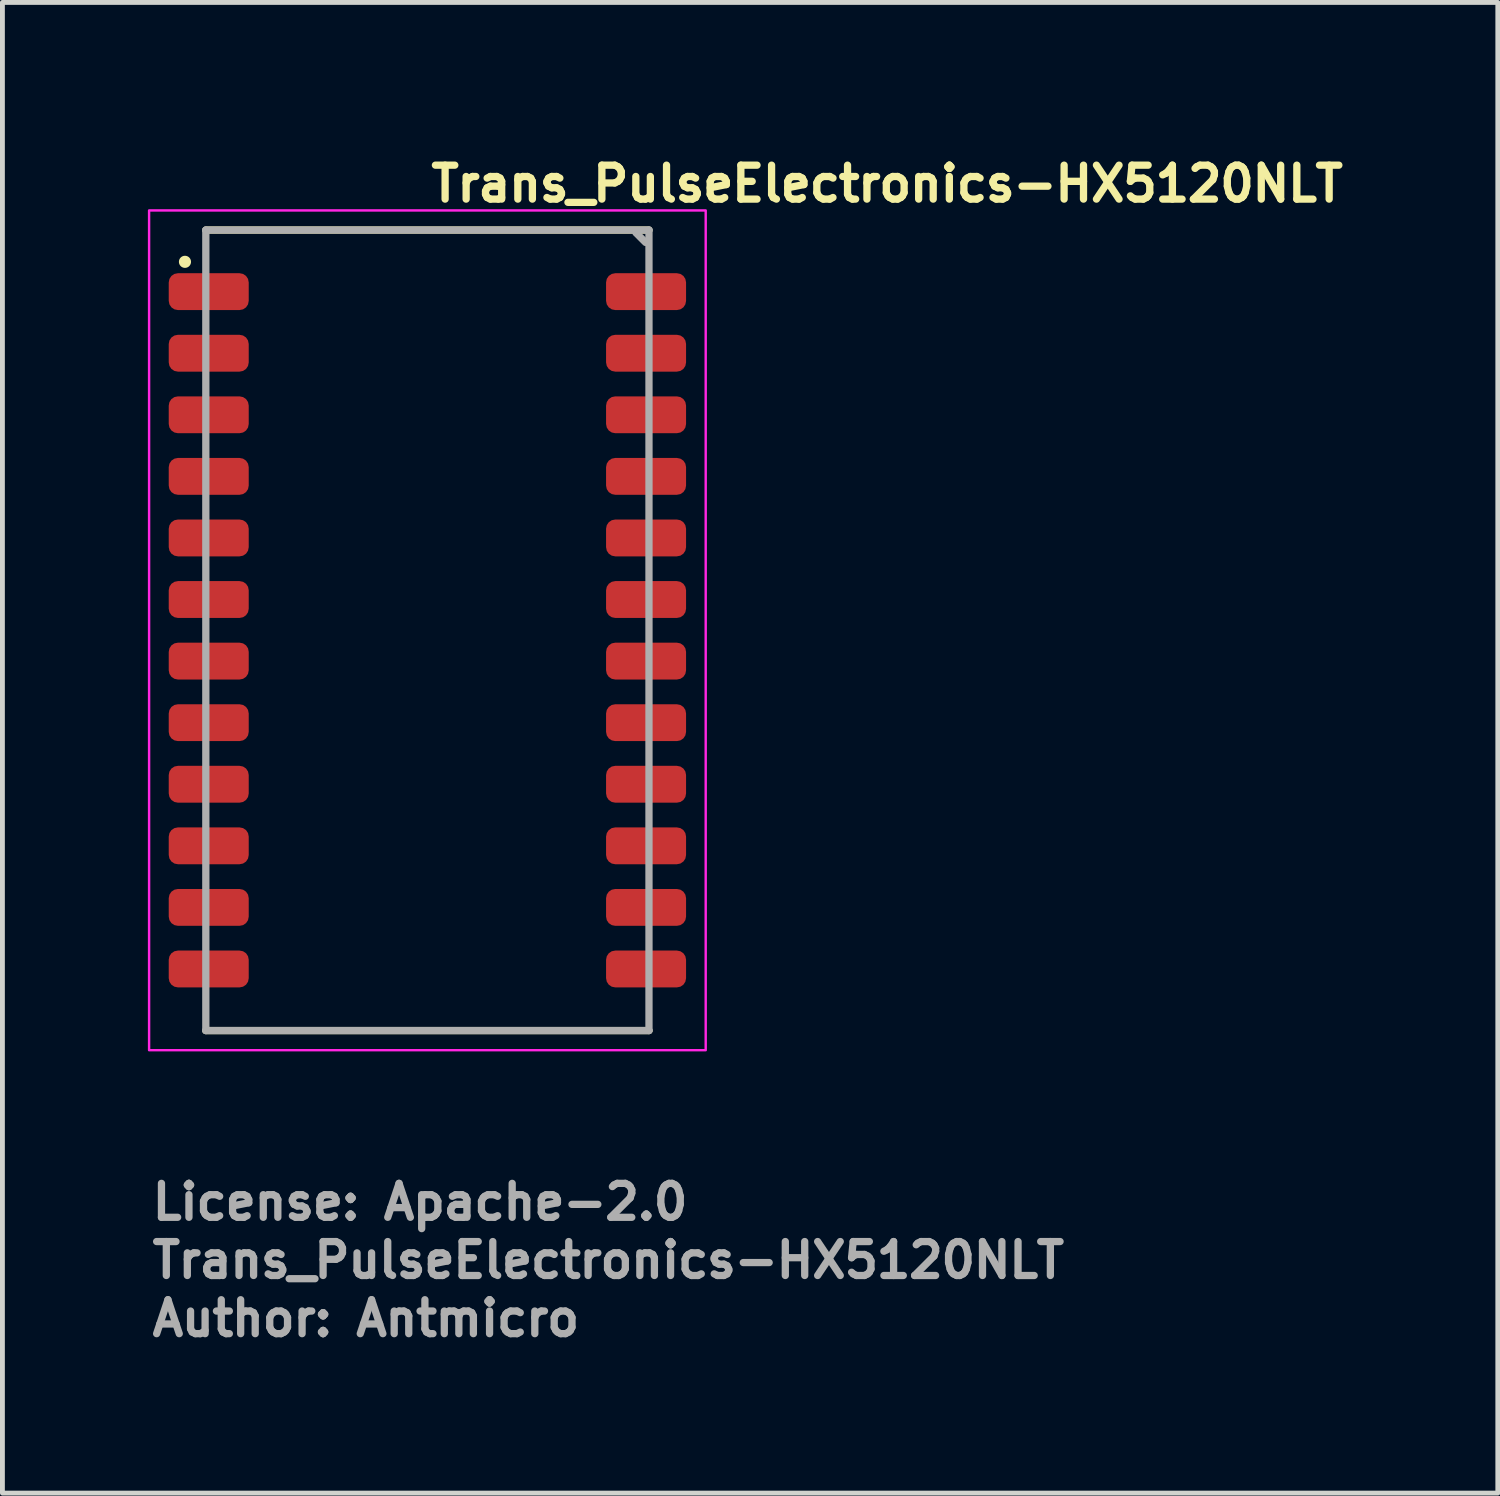
<source format=kicad_pcb>
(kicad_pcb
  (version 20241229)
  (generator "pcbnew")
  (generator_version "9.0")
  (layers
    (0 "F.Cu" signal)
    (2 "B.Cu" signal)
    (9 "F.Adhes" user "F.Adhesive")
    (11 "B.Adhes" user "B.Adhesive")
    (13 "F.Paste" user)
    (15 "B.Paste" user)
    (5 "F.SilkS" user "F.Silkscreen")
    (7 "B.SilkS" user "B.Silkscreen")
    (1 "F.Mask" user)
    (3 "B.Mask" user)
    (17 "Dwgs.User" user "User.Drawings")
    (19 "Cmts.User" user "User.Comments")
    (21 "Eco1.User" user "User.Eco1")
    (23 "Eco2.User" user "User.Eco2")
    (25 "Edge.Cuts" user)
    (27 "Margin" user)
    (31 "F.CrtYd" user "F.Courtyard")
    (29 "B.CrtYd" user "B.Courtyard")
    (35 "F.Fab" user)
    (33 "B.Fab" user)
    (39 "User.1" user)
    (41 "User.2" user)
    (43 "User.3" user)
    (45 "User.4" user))
  (footprint "Trans_PulseElectronics-HX5120NLT"
    (layer "F.Cu")
    (at 5.765 9.95)
    (property "Reference" "Trans_PulseElectronics-HX5120NLT" (at 0 -8.8 180) (layer "F.SilkS") (effects (font (size 0.7 0.7) (thickness 0.15)) (justify left bottom)))
    (attr smd)
    (fp_line (start -4.57 8.255) (end 4.57 8.255) (stroke (width 0.15) (type solid)) (layer "F.SilkS"))
    (fp_line (start 4.57 -8.255) (end -4.57 -8.255) (stroke (width 0.15) (type solid)) (layer "F.SilkS"))
    (fp_circle (center -5 -7.6) (end -5 -7.55) (stroke (width 0.15) (type solid)) (fill yes) (layer "F.SilkS"))
    (fp_rect (start 5.74 -8.66) (end -5.74 8.66) (stroke (width 0.05) (type solid)) (fill no) (layer "F.CrtYd"))
    (fp_line (start -4.57 -8.255) (end -4.57 8.255) (stroke (width 0.15) (type solid)) (layer "F.Fab"))
    (fp_line (start -4.57 8.255) (end 4.57 8.255) (stroke (width 0.15) (type solid)) (layer "F.Fab"))
    (fp_line (start 4.3 -8.2) (end 4.5 -8) (stroke (width 0.15) (type solid)) (layer "F.Fab"))
    (fp_line (start 4.57 -8.255) (end -4.57 -8.255) (stroke (width 0.15) (type solid)) (layer "F.Fab"))
    (fp_line (start 4.57 8.255) (end 4.57 -8.255) (stroke (width 0.15) (type solid)) (layer "F.Fab"))
    (fp_rect (start 5.259 -8.255) (end -5.259 8.255) (stroke (width 0.1) (type solid)) (fill no) (layer "User.5"))
    (fp_line (start -5.259 -7.289) (end -5.259 -6.681) (stroke (width 0.02) (type solid)) (layer "User.9"))
    (fp_line (start -5.259 -7.289) (end -4.57 -7.289) (stroke (width 0.02) (type solid)) (layer "User.9"))
    (fp_line (start -5.259 -6.681) (end -4.57 -6.681) (stroke (width 0.02) (type solid)) (layer "User.9"))
    (fp_line (start -5.259 -6.019) (end -5.259 -5.411) (stroke (width 0.02) (type solid)) (layer "User.9"))
    (fp_line (start -5.259 -6.019) (end -4.57 -6.019) (stroke (width 0.02) (type solid)) (layer "User.9"))
    (fp_line (start -5.259 -5.411) (end -4.57 -5.411) (stroke (width 0.02) (type solid)) (layer "User.9"))
    (fp_line (start -5.259 -4.749) (end -5.259 -4.141) (stroke (width 0.02) (type solid)) (layer "User.9"))
    (fp_line (start -5.259 -4.749) (end -4.57 -4.749) (stroke (width 0.02) (type solid)) (layer "User.9"))
    (fp_line (start -5.259 -4.141) (end -4.57 -4.141) (stroke (width 0.02) (type solid)) (layer "User.9"))
    (fp_line (start -5.259 -3.479) (end -5.259 -2.871) (stroke (width 0.02) (type solid)) (layer "User.9"))
    (fp_line (start -5.259 -3.479) (end -4.57 -3.479) (stroke (width 0.02) (type solid)) (layer "User.9"))
    (fp_line (start -5.259 -2.871) (end -4.57 -2.871) (stroke (width 0.02) (type solid)) (layer "User.9"))
    (fp_line (start -5.259 -2.209) (end -5.259 -1.601) (stroke (width 0.02) (type solid)) (layer "User.9"))
    (fp_line (start -5.259 -2.209) (end -4.57 -2.209) (stroke (width 0.02) (type solid)) (layer "User.9"))
    (fp_line (start -5.259 -1.601) (end -4.57 -1.601) (stroke (width 0.02) (type solid)) (layer "User.9"))
    (fp_line (start -5.259 -0.939) (end -5.259 -0.331) (stroke (width 0.02) (type solid)) (layer "User.9"))
    (fp_line (start -5.259 -0.939) (end -4.57 -0.939) (stroke (width 0.02) (type solid)) (layer "User.9"))
    (fp_line (start -5.259 -0.331) (end -4.57 -0.331) (stroke (width 0.02) (type solid)) (layer "User.9"))
    (fp_line (start -5.259 0.331) (end -5.259 0.939) (stroke (width 0.02) (type solid)) (layer "User.9"))
    (fp_line (start -5.259 0.331) (end -4.57 0.331) (stroke (width 0.02) (type solid)) (layer "User.9"))
    (fp_line (start -5.259 0.939) (end -4.57 0.939) (stroke (width 0.02) (type solid)) (layer "User.9"))
    (fp_line (start -5.259 1.601) (end -5.259 2.209) (stroke (width 0.02) (type solid)) (layer "User.9"))
    (fp_line (start -5.259 1.601) (end -4.57 1.601) (stroke (width 0.02) (type solid)) (layer "User.9"))
    (fp_line (start -5.259 2.209) (end -4.57 2.209) (stroke (width 0.02) (type solid)) (layer "User.9"))
    (fp_line (start -5.259 2.871) (end -5.259 3.479) (stroke (width 0.02) (type solid)) (layer "User.9"))
    (fp_line (start -5.259 2.871) (end -4.57 2.871) (stroke (width 0.02) (type solid)) (layer "User.9"))
    (fp_line (start -5.259 3.479) (end -4.57 3.479) (stroke (width 0.02) (type solid)) (layer "User.9"))
    (fp_line (start -5.259 4.141) (end -5.259 4.749) (stroke (width 0.02) (type solid)) (layer "User.9"))
    (fp_line (start -5.259 4.141) (end -4.57 4.141) (stroke (width 0.02) (type solid)) (layer "User.9"))
    (fp_line (start -5.259 4.749) (end -4.57 4.749) (stroke (width 0.02) (type solid)) (layer "User.9"))
    (fp_line (start -5.259 5.411) (end -5.259 6.019) (stroke (width 0.02) (type solid)) (layer "User.9"))
    (fp_line (start -5.259 5.411) (end -4.57 5.411) (stroke (width 0.02) (type solid)) (layer "User.9"))
    (fp_line (start -5.259 6.019) (end -4.57 6.019) (stroke (width 0.02) (type solid)) (layer "User.9"))
    (fp_line (start -5.259 6.681) (end -5.259 7.289) (stroke (width 0.02) (type solid)) (layer "User.9"))
    (fp_line (start -5.259 6.681) (end -4.57 6.681) (stroke (width 0.02) (type solid)) (layer "User.9"))
    (fp_line (start -5.259 7.289) (end -4.57 7.289) (stroke (width 0.02) (type solid)) (layer "User.9"))
    (fp_line (start -4.57 -8.255) (end -4.57 8.255) (stroke (width 0.02) (type solid)) (layer "User.9"))
    (fp_line (start -4.57 8.255) (end 4.57 8.255) (stroke (width 0.02) (type solid)) (layer "User.9"))
    (fp_line (start 4.57 -8.255) (end -4.57 -8.255) (stroke (width 0.02) (type solid)) (layer "User.9"))
    (fp_line (start 4.57 -7.289) (end 5.259 -7.289) (stroke (width 0.02) (type solid)) (layer "User.9"))
    (fp_line (start 4.57 -6.681) (end 5.259 -6.681) (stroke (width 0.02) (type solid)) (layer "User.9"))
    (fp_line (start 4.57 -6.019) (end 5.259 -6.019) (stroke (width 0.02) (type solid)) (layer "User.9"))
    (fp_line (start 4.57 -5.411) (end 5.259 -5.411) (stroke (width 0.02) (type solid)) (layer "User.9"))
    (fp_line (start 4.57 -4.749) (end 5.259 -4.749) (stroke (width 0.02) (type solid)) (layer "User.9"))
    (fp_line (start 4.57 -4.141) (end 5.259 -4.141) (stroke (width 0.02) (type solid)) (layer "User.9"))
    (fp_line (start 4.57 -3.479) (end 5.259 -3.479) (stroke (width 0.02) (type solid)) (layer "User.9"))
    (fp_line (start 4.57 -2.871) (end 5.259 -2.871) (stroke (width 0.02) (type solid)) (layer "User.9"))
    (fp_line (start 4.57 -2.209) (end 5.259 -2.209) (stroke (width 0.02) (type solid)) (layer "User.9"))
    (fp_line (start 4.57 -1.601) (end 5.259 -1.601) (stroke (width 0.02) (type solid)) (layer "User.9"))
    (fp_line (start 4.57 -0.939) (end 5.259 -0.939) (stroke (width 0.02) (type solid)) (layer "User.9"))
    (fp_line (start 4.57 -0.331) (end 5.259 -0.331) (stroke (width 0.02) (type solid)) (layer "User.9"))
    (fp_line (start 4.57 0.331) (end 5.259 0.331) (stroke (width 0.02) (type solid)) (layer "User.9"))
    (fp_line (start 4.57 0.939) (end 5.259 0.939) (stroke (width 0.02) (type solid)) (layer "User.9"))
    (fp_line (start 4.57 1.601) (end 5.259 1.601) (stroke (width 0.02) (type solid)) (layer "User.9"))
    (fp_line (start 4.57 2.209) (end 5.259 2.209) (stroke (width 0.02) (type solid)) (layer "User.9"))
    (fp_line (start 4.57 2.871) (end 5.259 2.871) (stroke (width 0.02) (type solid)) (layer "User.9"))
    (fp_line (start 4.57 3.479) (end 5.259 3.479) (stroke (width 0.02) (type solid)) (layer "User.9"))
    (fp_line (start 4.57 4.141) (end 5.259 4.141) (stroke (width 0.02) (type solid)) (layer "User.9"))
    (fp_line (start 4.57 4.749) (end 5.259 4.749) (stroke (width 0.02) (type solid)) (layer "User.9"))
    (fp_line (start 4.57 5.411) (end 5.259 5.411) (stroke (width 0.02) (type solid)) (layer "User.9"))
    (fp_line (start 4.57 6.019) (end 5.259 6.019) (stroke (width 0.02) (type solid)) (layer "User.9"))
    (fp_line (start 4.57 6.681) (end 5.259 6.681) (stroke (width 0.02) (type solid)) (layer "User.9"))
    (fp_line (start 4.57 7.289) (end 5.259 7.289) (stroke (width 0.02) (type solid)) (layer "User.9"))
    (fp_line (start 4.57 8.255) (end 4.57 -8.255) (stroke (width 0.02) (type solid)) (layer "User.9"))
    (fp_line (start 5.259 -7.289) (end 5.259 -6.681) (stroke (width 0.02) (type solid)) (layer "User.9"))
    (fp_line (start 5.259 -6.019) (end 5.259 -5.411) (stroke (width 0.02) (type solid)) (layer "User.9"))
    (fp_line (start 5.259 -4.749) (end 5.259 -4.141) (stroke (width 0.02) (type solid)) (layer "User.9"))
    (fp_line (start 5.259 -3.479) (end 5.259 -2.871) (stroke (width 0.02) (type solid)) (layer "User.9"))
    (fp_line (start 5.259 -2.209) (end 5.259 -1.601) (stroke (width 0.02) (type solid)) (layer "User.9"))
    (fp_line (start 5.259 -0.939) (end 5.259 -0.331) (stroke (width 0.02) (type solid)) (layer "User.9"))
    (fp_line (start 5.259 0.331) (end 5.259 0.939) (stroke (width 0.02) (type solid)) (layer "User.9"))
    (fp_line (start 5.259 1.601) (end 5.259 2.209) (stroke (width 0.02) (type solid)) (layer "User.9"))
    (fp_line (start 5.259 2.871) (end 5.259 3.479) (stroke (width 0.02) (type solid)) (layer "User.9"))
    (fp_line (start 5.259 4.141) (end 5.259 4.749) (stroke (width 0.02) (type solid)) (layer "User.9"))
    (fp_line (start 5.259 5.411) (end 5.259 6.019) (stroke (width 0.02) (type solid)) (layer "User.9"))
    (fp_line (start 5.259 6.681) (end 5.259 7.289) (stroke (width 0.02) (type solid)) (layer "User.9"))
    (fp_text user "Author: Antmicro" (at -5.75 14.6 0) (layer "F.Fab") (effects (font (size 0.7 0.7) (thickness 0.15)) (justify left bottom)))
    (fp_text user "License: Apache-2.0" (at -5.75 12.2 0) (layer "F.Fab") (effects (font (size 0.7 0.7) (thickness 0.15)) (justify left bottom)))
    (fp_text user "${REFERENCE}" (at -5.75 13.4 0) (layer "F.Fab") (effects (font (size 0.7 0.7) (thickness 0.15)) (justify left bottom)))
    (pad "1" smd roundrect (at -4.51 -6.985 270) (size 0.76 1.65) (layers "F.Cu" "F.Mask" "F.Paste") (roundrect_rratio 0.25))
    (pad "2" smd roundrect (at -4.51 -5.715 270) (size 0.76 1.65) (layers "F.Cu" "F.Mask" "F.Paste") (roundrect_rratio 0.25))
    (pad "3" smd roundrect (at -4.51 -4.445 270) (size 0.76 1.65) (layers "F.Cu" "F.Mask" "F.Paste") (roundrect_rratio 0.25))
    (pad "4" smd roundrect (at -4.51 -3.175 270) (size 0.76 1.65) (layers "F.Cu" "F.Mask" "F.Paste") (roundrect_rratio 0.25))
    (pad "5" smd roundrect (at -4.51 -1.905 270) (size 0.76 1.65) (layers "F.Cu" "F.Mask" "F.Paste") (roundrect_rratio 0.25))
    (pad "6" smd roundrect (at -4.51 -0.635 270) (size 0.76 1.65) (layers "F.Cu" "F.Mask" "F.Paste") (roundrect_rratio 0.25))
    (pad "7" smd roundrect (at -4.51 0.635 270) (size 0.76 1.65) (layers "F.Cu" "F.Mask" "F.Paste") (roundrect_rratio 0.25))
    (pad "8" smd roundrect (at -4.51 1.905 270) (size 0.76 1.65) (layers "F.Cu" "F.Mask" "F.Paste") (roundrect_rratio 0.25))
    (pad "9" smd roundrect (at -4.51 3.175 270) (size 0.76 1.65) (layers "F.Cu" "F.Mask" "F.Paste") (roundrect_rratio 0.25))
    (pad "10" smd roundrect (at -4.51 4.445 270) (size 0.76 1.65) (layers "F.Cu" "F.Mask" "F.Paste") (roundrect_rratio 0.25))
    (pad "11" smd roundrect (at -4.51 5.715 270) (size 0.76 1.65) (layers "F.Cu" "F.Mask" "F.Paste") (roundrect_rratio 0.25))
    (pad "12" smd roundrect (at -4.51 6.985 270) (size 0.76 1.65) (layers "F.Cu" "F.Mask" "F.Paste") (roundrect_rratio 0.25))
    (pad "13" smd roundrect (at 4.51 6.985 270) (size 0.76 1.65) (layers "F.Cu" "F.Mask" "F.Paste") (roundrect_rratio 0.25))
    (pad "14" smd roundrect (at 4.51 5.715 270) (size 0.76 1.65) (layers "F.Cu" "F.Mask" "F.Paste") (roundrect_rratio 0.25))
    (pad "15" smd roundrect (at 4.51 4.445 270) (size 0.76 1.65) (layers "F.Cu" "F.Mask" "F.Paste") (roundrect_rratio 0.25))
    (pad "16" smd roundrect (at 4.51 3.175 270) (size 0.76 1.65) (layers "F.Cu" "F.Mask" "F.Paste") (roundrect_rratio 0.25))
    (pad "17" smd roundrect (at 4.51 1.905 270) (size 0.76 1.65) (layers "F.Cu" "F.Mask" "F.Paste") (roundrect_rratio 0.25))
    (pad "18" smd roundrect (at 4.51 0.635 270) (size 0.76 1.65) (layers "F.Cu" "F.Mask" "F.Paste") (roundrect_rratio 0.25))
    (pad "19" smd roundrect (at 4.51 -0.635 270) (size 0.76 1.65) (layers "F.Cu" "F.Mask" "F.Paste") (roundrect_rratio 0.25))
    (pad "20" smd roundrect (at 4.51 -1.905 270) (size 0.76 1.65) (layers "F.Cu" "F.Mask" "F.Paste") (roundrect_rratio 0.25))
    (pad "21" smd roundrect (at 4.51 -3.175 270) (size 0.76 1.65) (layers "F.Cu" "F.Mask" "F.Paste") (roundrect_rratio 0.25))
    (pad "22" smd roundrect (at 4.51 -4.445 270) (size 0.76 1.65) (layers "F.Cu" "F.Mask" "F.Paste") (roundrect_rratio 0.25))
    (pad "23" smd roundrect (at 4.51 -5.715 270) (size 0.76 1.65) (layers "F.Cu" "F.Mask" "F.Paste") (roundrect_rratio 0.25))
    (pad "24" smd roundrect (at 4.51 -6.985 270) (size 0.76 1.65) (layers "F.Cu" "F.Mask" "F.Paste") (roundrect_rratio 0.25)))
  (gr_rect
    (start -3 -3)
    (end 27.842 27.745)
    (stroke (width 0.1) (type default))
    (fill no)
    (layer "Edge.Cuts")))
</source>
